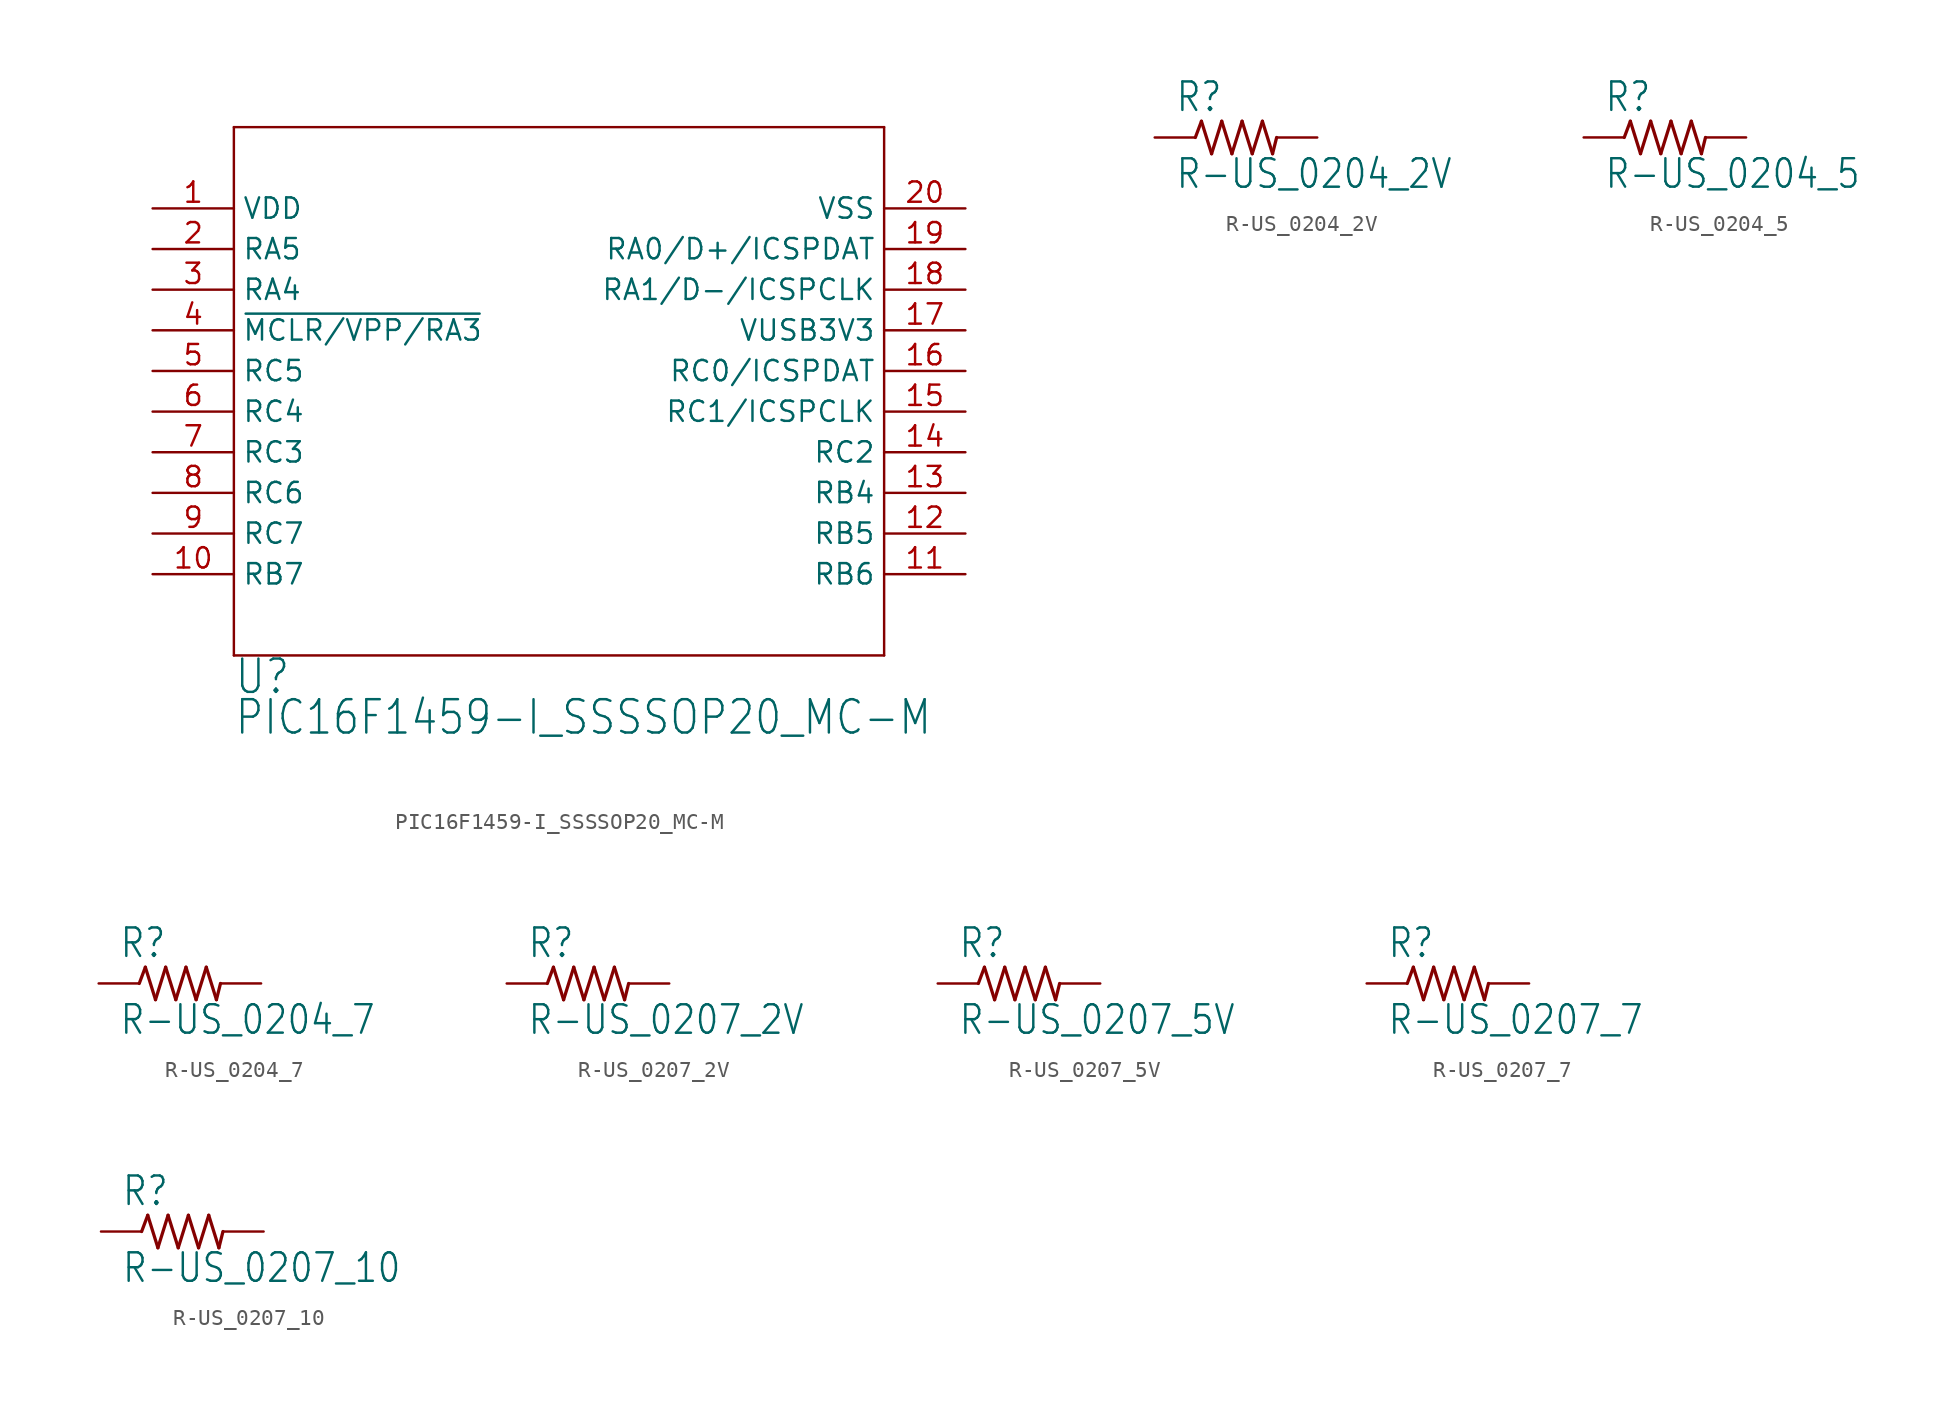
<source format=kicad_sym>
(kicad_symbol_lib
  (version 20201005)
  (generator kicad_symbol_editor)
  (symbol "PIC16F1459-I_SSSSOP20_MC-M"
    (property "Reference" "U"
      (at 0 -2.54 0)
      (effects (font (size 2.083 1.77)) (justify left bottom)))
    (property "Value" "PIC16F1459-I_SSSSOP20_MC-M"
      (at 0 -5.08 0)
      (effects (font (size 2.083 1.77)) (justify left bottom)))
    (property "ki_locked" ""
      (at 0 0 0)
      (effects (font (size 1.27 1.27))))
    (symbol "PIC16F1459-I_SSSSOP20_MC-M_1_0"
      (polyline (pts (xy 0 33.02) (xy 0 0)) (stroke (width 0.152)) (fill (type none)))
      (polyline (pts (xy 0 0) (xy 40.64 0)) (stroke (width 0.152)) (fill (type none)))
      (polyline (pts (xy 40.64 0) (xy 40.64 33.02)) (stroke (width 0.152)) (fill (type none)))
      (polyline (pts (xy 40.64 33.02) (xy 0 33.02)) (stroke (width 0.152)) (fill (type none)))
      (pin power_in line (at -5.08 27.94 0) (length 5.08) (name "VDD" (effects (font (size 1.27 1.27)))) (number "1" (effects (font (size 1.27 1.27)))))
      (pin bidirectional line (at -5.08 25.4 0) (length 5.08) (name "RA5" (effects (font (size 1.27 1.27)))) (number "2" (effects (font (size 1.27 1.27)))))
      (pin bidirectional line (at -5.08 22.86 0) (length 5.08) (name "RA4" (effects (font (size 1.27 1.27)))) (number "3" (effects (font (size 1.27 1.27)))))
      (pin bidirectional line (at -5.08 20.32 0) (length 5.08) (name "~MCLR/VPP/RA3" (effects (font (size 1.27 1.27)))) (number "4" (effects (font (size 1.27 1.27)))))
      (pin bidirectional line (at -5.08 17.78 0) (length 5.08) (name "RC5" (effects (font (size 1.27 1.27)))) (number "5" (effects (font (size 1.27 1.27)))))
      (pin bidirectional line (at -5.08 15.24 0) (length 5.08) (name "RC4" (effects (font (size 1.27 1.27)))) (number "6" (effects (font (size 1.27 1.27)))))
      (pin bidirectional line (at -5.08 12.7 0) (length 5.08) (name "RC3" (effects (font (size 1.27 1.27)))) (number "7" (effects (font (size 1.27 1.27)))))
      (pin bidirectional line (at -5.08 10.16 0) (length 5.08) (name "RC6" (effects (font (size 1.27 1.27)))) (number "8" (effects (font (size 1.27 1.27)))))
      (pin bidirectional line (at -5.08 7.62 0) (length 5.08) (name "RC7" (effects (font (size 1.27 1.27)))) (number "9" (effects (font (size 1.27 1.27)))))
      (pin bidirectional line (at -5.08 5.08 0) (length 5.08) (name "RB7" (effects (font (size 1.27 1.27)))) (number "10" (effects (font (size 1.27 1.27)))))
      (pin bidirectional line (at 45.72 5.08 180) (length 5.08) (name "RB6" (effects (font (size 1.27 1.27)))) (number "11" (effects (font (size 1.27 1.27)))))
      (pin bidirectional line (at 45.72 7.62 180) (length 5.08) (name "RB5" (effects (font (size 1.27 1.27)))) (number "12" (effects (font (size 1.27 1.27)))))
      (pin bidirectional line (at 45.72 10.16 180) (length 5.08) (name "RB4" (effects (font (size 1.27 1.27)))) (number "13" (effects (font (size 1.27 1.27)))))
      (pin bidirectional line (at 45.72 12.7 180) (length 5.08) (name "RC2" (effects (font (size 1.27 1.27)))) (number "14" (effects (font (size 1.27 1.27)))))
      (pin bidirectional line (at 45.72 15.24 180) (length 5.08) (name "RC1/ICSPCLK" (effects (font (size 1.27 1.27)))) (number "15" (effects (font (size 1.27 1.27)))))
      (pin bidirectional line (at 45.72 17.78 180) (length 5.08) (name "RC0/ICSPDAT" (effects (font (size 1.27 1.27)))) (number "16" (effects (font (size 1.27 1.27)))))
      (pin power_in line (at 45.72 20.32 180) (length 5.08) (name "VUSB3V3" (effects (font (size 1.27 1.27)))) (number "17" (effects (font (size 1.27 1.27)))))
      (pin bidirectional line (at 45.72 22.86 180) (length 5.08) (name "RA1/D-/ICSPCLK" (effects (font (size 1.27 1.27)))) (number "18" (effects (font (size 1.27 1.27)))))
      (pin bidirectional line (at 45.72 25.4 180) (length 5.08) (name "RA0/D+/ICSPDAT" (effects (font (size 1.27 1.27)))) (number "19" (effects (font (size 1.27 1.27)))))
      (pin power_in line (at 45.72 27.94 180) (length 5.08) (name "VSS" (effects (font (size 1.27 1.27)))) (number "20" (effects (font (size 1.27 1.27)))))))
  (symbol "R-US_0204_2V"
    (property "Reference" "R"
      (at -3.81 1.499 0)
      (effects (font (size 1.778 1.511)) (justify left bottom)))
    (property "Value" "R-US_0204_2V"
      (at -3.81 -3.302 0)
      (effects (font (size 1.778 1.511)) (justify left bottom)))
    (property "ki_locked" ""
      (at 0 0 0)
      (effects (font (size 1.27 1.27))))
    (symbol "R-US_0204_2V_1_0"
      (polyline (pts (xy -2.54 0) (xy -2.159 1.016)) (stroke (width 0.203)) (fill (type none)))
      (polyline (pts (xy -2.159 1.016) (xy -1.524 -1.016)) (stroke (width 0.203)) (fill (type none)))
      (polyline (pts (xy -1.524 -1.016) (xy -0.889 1.016)) (stroke (width 0.203)) (fill (type none)))
      (polyline (pts (xy -0.889 1.016) (xy -0.254 -1.016)) (stroke (width 0.203)) (fill (type none)))
      (polyline (pts (xy -0.254 -1.016) (xy 0.381 1.016)) (stroke (width 0.203)) (fill (type none)))
      (polyline (pts (xy 0.381 1.016) (xy 1.016 -1.016)) (stroke (width 0.203)) (fill (type none)))
      (polyline (pts (xy 1.016 -1.016) (xy 1.651 1.016)) (stroke (width 0.203)) (fill (type none)))
      (polyline (pts (xy 1.651 1.016) (xy 2.286 -1.016)) (stroke (width 0.203)) (fill (type none)))
      (polyline (pts (xy 2.286 -1.016) (xy 2.54 0)) (stroke (width 0.203)) (fill (type none)))
      (pin passive line (at 5.08 0 180) (length 2.54) (name "2" (effects (font (size 0 0)))) (number "2" (effects (font (size 0 0)))))
      (pin passive line (at -5.08 0 0) (length 2.54) (name "1" (effects (font (size 0 0)))) (number "1" (effects (font (size 0 0)))))))
  (symbol "R-US_0204_5"
    (property "Reference" "R"
      (at -3.81 1.499 0)
      (effects (font (size 1.778 1.511)) (justify left bottom)))
    (property "Value" "R-US_0204_5"
      (at -3.81 -3.302 0)
      (effects (font (size 1.778 1.511)) (justify left bottom)))
    (property "ki_locked" ""
      (at 0 0 0)
      (effects (font (size 1.27 1.27))))
    (symbol "R-US_0204_5_1_0"
      (polyline (pts (xy -2.54 0) (xy -2.159 1.016)) (stroke (width 0.203)) (fill (type none)))
      (polyline (pts (xy -2.159 1.016) (xy -1.524 -1.016)) (stroke (width 0.203)) (fill (type none)))
      (polyline (pts (xy -1.524 -1.016) (xy -0.889 1.016)) (stroke (width 0.203)) (fill (type none)))
      (polyline (pts (xy -0.889 1.016) (xy -0.254 -1.016)) (stroke (width 0.203)) (fill (type none)))
      (polyline (pts (xy -0.254 -1.016) (xy 0.381 1.016)) (stroke (width 0.203)) (fill (type none)))
      (polyline (pts (xy 0.381 1.016) (xy 1.016 -1.016)) (stroke (width 0.203)) (fill (type none)))
      (polyline (pts (xy 1.016 -1.016) (xy 1.651 1.016)) (stroke (width 0.203)) (fill (type none)))
      (polyline (pts (xy 1.651 1.016) (xy 2.286 -1.016)) (stroke (width 0.203)) (fill (type none)))
      (polyline (pts (xy 2.286 -1.016) (xy 2.54 0)) (stroke (width 0.203)) (fill (type none)))
      (pin passive line (at 5.08 0 180) (length 2.54) (name "2" (effects (font (size 0 0)))) (number "2" (effects (font (size 0 0)))))
      (pin passive line (at -5.08 0 0) (length 2.54) (name "1" (effects (font (size 0 0)))) (number "1" (effects (font (size 0 0)))))))
  (symbol "R-US_0204_7"
    (property "Reference" "R"
      (at -3.81 1.499 0)
      (effects (font (size 1.778 1.511)) (justify left bottom)))
    (property "Value" "R-US_0204_7"
      (at -3.81 -3.302 0)
      (effects (font (size 1.778 1.511)) (justify left bottom)))
    (property "ki_locked" ""
      (at 0 0 0)
      (effects (font (size 1.27 1.27))))
    (symbol "R-US_0204_7_1_0"
      (polyline (pts (xy -2.54 0) (xy -2.159 1.016)) (stroke (width 0.203)) (fill (type none)))
      (polyline (pts (xy -2.159 1.016) (xy -1.524 -1.016)) (stroke (width 0.203)) (fill (type none)))
      (polyline (pts (xy -1.524 -1.016) (xy -0.889 1.016)) (stroke (width 0.203)) (fill (type none)))
      (polyline (pts (xy -0.889 1.016) (xy -0.254 -1.016)) (stroke (width 0.203)) (fill (type none)))
      (polyline (pts (xy -0.254 -1.016) (xy 0.381 1.016)) (stroke (width 0.203)) (fill (type none)))
      (polyline (pts (xy 0.381 1.016) (xy 1.016 -1.016)) (stroke (width 0.203)) (fill (type none)))
      (polyline (pts (xy 1.016 -1.016) (xy 1.651 1.016)) (stroke (width 0.203)) (fill (type none)))
      (polyline (pts (xy 1.651 1.016) (xy 2.286 -1.016)) (stroke (width 0.203)) (fill (type none)))
      (polyline (pts (xy 2.286 -1.016) (xy 2.54 0)) (stroke (width 0.203)) (fill (type none)))
      (pin passive line (at 5.08 0 180) (length 2.54) (name "2" (effects (font (size 0 0)))) (number "2" (effects (font (size 0 0)))))
      (pin passive line (at -5.08 0 0) (length 2.54) (name "1" (effects (font (size 0 0)))) (number "1" (effects (font (size 0 0)))))))
  (symbol "R-US_0207_2V"
    (property "Reference" "R"
      (at -3.81 1.499 0)
      (effects (font (size 1.778 1.511)) (justify left bottom)))
    (property "Value" "R-US_0207_2V"
      (at -3.81 -3.302 0)
      (effects (font (size 1.778 1.511)) (justify left bottom)))
    (property "ki_locked" ""
      (at 0 0 0)
      (effects (font (size 1.27 1.27))))
    (symbol "R-US_0207_2V_1_0"
      (polyline (pts (xy -2.54 0) (xy -2.159 1.016)) (stroke (width 0.203)) (fill (type none)))
      (polyline (pts (xy -2.159 1.016) (xy -1.524 -1.016)) (stroke (width 0.203)) (fill (type none)))
      (polyline (pts (xy -1.524 -1.016) (xy -0.889 1.016)) (stroke (width 0.203)) (fill (type none)))
      (polyline (pts (xy -0.889 1.016) (xy -0.254 -1.016)) (stroke (width 0.203)) (fill (type none)))
      (polyline (pts (xy -0.254 -1.016) (xy 0.381 1.016)) (stroke (width 0.203)) (fill (type none)))
      (polyline (pts (xy 0.381 1.016) (xy 1.016 -1.016)) (stroke (width 0.203)) (fill (type none)))
      (polyline (pts (xy 1.016 -1.016) (xy 1.651 1.016)) (stroke (width 0.203)) (fill (type none)))
      (polyline (pts (xy 1.651 1.016) (xy 2.286 -1.016)) (stroke (width 0.203)) (fill (type none)))
      (polyline (pts (xy 2.286 -1.016) (xy 2.54 0)) (stroke (width 0.203)) (fill (type none)))
      (pin passive line (at 5.08 0 180) (length 2.54) (name "2" (effects (font (size 0 0)))) (number "2" (effects (font (size 0 0)))))
      (pin passive line (at -5.08 0 0) (length 2.54) (name "1" (effects (font (size 0 0)))) (number "1" (effects (font (size 0 0)))))))
  (symbol "R-US_0207_5V"
    (property "Reference" "R"
      (at -3.81 1.499 0)
      (effects (font (size 1.778 1.511)) (justify left bottom)))
    (property "Value" "R-US_0207_5V"
      (at -3.81 -3.302 0)
      (effects (font (size 1.778 1.511)) (justify left bottom)))
    (property "ki_locked" ""
      (at 0 0 0)
      (effects (font (size 1.27 1.27))))
    (symbol "R-US_0207_5V_1_0"
      (polyline (pts (xy -2.54 0) (xy -2.159 1.016)) (stroke (width 0.203)) (fill (type none)))
      (polyline (pts (xy -2.159 1.016) (xy -1.524 -1.016)) (stroke (width 0.203)) (fill (type none)))
      (polyline (pts (xy -1.524 -1.016) (xy -0.889 1.016)) (stroke (width 0.203)) (fill (type none)))
      (polyline (pts (xy -0.889 1.016) (xy -0.254 -1.016)) (stroke (width 0.203)) (fill (type none)))
      (polyline (pts (xy -0.254 -1.016) (xy 0.381 1.016)) (stroke (width 0.203)) (fill (type none)))
      (polyline (pts (xy 0.381 1.016) (xy 1.016 -1.016)) (stroke (width 0.203)) (fill (type none)))
      (polyline (pts (xy 1.016 -1.016) (xy 1.651 1.016)) (stroke (width 0.203)) (fill (type none)))
      (polyline (pts (xy 1.651 1.016) (xy 2.286 -1.016)) (stroke (width 0.203)) (fill (type none)))
      (polyline (pts (xy 2.286 -1.016) (xy 2.54 0)) (stroke (width 0.203)) (fill (type none)))
      (pin passive line (at 5.08 0 180) (length 2.54) (name "2" (effects (font (size 0 0)))) (number "2" (effects (font (size 0 0)))))
      (pin passive line (at -5.08 0 0) (length 2.54) (name "1" (effects (font (size 0 0)))) (number "1" (effects (font (size 0 0)))))))
  (symbol "R-US_0207_7"
    (property "Reference" "R"
      (at -3.81 1.499 0)
      (effects (font (size 1.778 1.511)) (justify left bottom)))
    (property "Value" "R-US_0207_7"
      (at -3.81 -3.302 0)
      (effects (font (size 1.778 1.511)) (justify left bottom)))
    (property "ki_locked" ""
      (at 0 0 0)
      (effects (font (size 1.27 1.27))))
    (symbol "R-US_0207_7_1_0"
      (polyline (pts (xy -2.54 0) (xy -2.159 1.016)) (stroke (width 0.203)) (fill (type none)))
      (polyline (pts (xy -2.159 1.016) (xy -1.524 -1.016)) (stroke (width 0.203)) (fill (type none)))
      (polyline (pts (xy -1.524 -1.016) (xy -0.889 1.016)) (stroke (width 0.203)) (fill (type none)))
      (polyline (pts (xy -0.889 1.016) (xy -0.254 -1.016)) (stroke (width 0.203)) (fill (type none)))
      (polyline (pts (xy -0.254 -1.016) (xy 0.381 1.016)) (stroke (width 0.203)) (fill (type none)))
      (polyline (pts (xy 0.381 1.016) (xy 1.016 -1.016)) (stroke (width 0.203)) (fill (type none)))
      (polyline (pts (xy 1.016 -1.016) (xy 1.651 1.016)) (stroke (width 0.203)) (fill (type none)))
      (polyline (pts (xy 1.651 1.016) (xy 2.286 -1.016)) (stroke (width 0.203)) (fill (type none)))
      (polyline (pts (xy 2.286 -1.016) (xy 2.54 0)) (stroke (width 0.203)) (fill (type none)))
      (pin passive line (at 5.08 0 180) (length 2.54) (name "2" (effects (font (size 0 0)))) (number "2" (effects (font (size 0 0)))))
      (pin passive line (at -5.08 0 0) (length 2.54) (name "1" (effects (font (size 0 0)))) (number "1" (effects (font (size 0 0)))))))
  (symbol "R-US_0207_10"
    (property "Reference" "R"
      (at -3.81 1.499 0)
      (effects (font (size 1.778 1.511)) (justify left bottom)))
    (property "Value" "R-US_0207_10"
      (at -3.81 -3.302 0)
      (effects (font (size 1.778 1.511)) (justify left bottom)))
    (property "ki_locked" ""
      (at 0 0 0)
      (effects (font (size 1.27 1.27))))
    (symbol "R-US_0207_10_1_0"
      (polyline (pts (xy -2.54 0) (xy -2.159 1.016)) (stroke (width 0.203)) (fill (type none)))
      (polyline (pts (xy -2.159 1.016) (xy -1.524 -1.016)) (stroke (width 0.203)) (fill (type none)))
      (polyline (pts (xy -1.524 -1.016) (xy -0.889 1.016)) (stroke (width 0.203)) (fill (type none)))
      (polyline (pts (xy -0.889 1.016) (xy -0.254 -1.016)) (stroke (width 0.203)) (fill (type none)))
      (polyline (pts (xy -0.254 -1.016) (xy 0.381 1.016)) (stroke (width 0.203)) (fill (type none)))
      (polyline (pts (xy 0.381 1.016) (xy 1.016 -1.016)) (stroke (width 0.203)) (fill (type none)))
      (polyline (pts (xy 1.016 -1.016) (xy 1.651 1.016)) (stroke (width 0.203)) (fill (type none)))
      (polyline (pts (xy 1.651 1.016) (xy 2.286 -1.016)) (stroke (width 0.203)) (fill (type none)))
      (polyline (pts (xy 2.286 -1.016) (xy 2.54 0)) (stroke (width 0.203)) (fill (type none)))
      (pin passive line (at 5.08 0 180) (length 2.54) (name "2" (effects (font (size 0 0)))) (number "2" (effects (font (size 0 0)))))
      (pin passive line (at -5.08 0 0) (length 2.54) (name "1" (effects (font (size 0 0)))) (number "1" (effects (font (size 0 0))))))))
</source>
